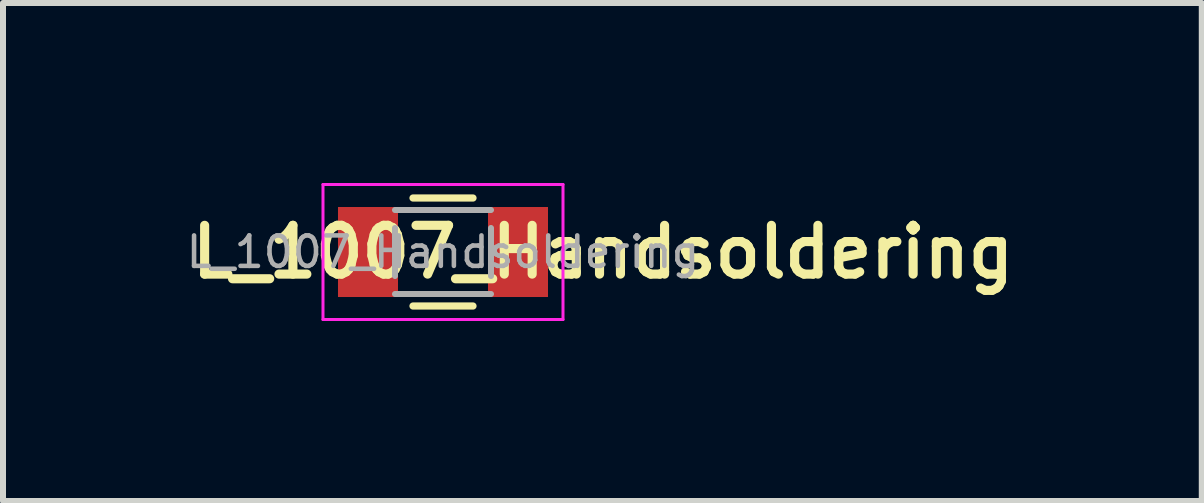
<source format=kicad_pcb>
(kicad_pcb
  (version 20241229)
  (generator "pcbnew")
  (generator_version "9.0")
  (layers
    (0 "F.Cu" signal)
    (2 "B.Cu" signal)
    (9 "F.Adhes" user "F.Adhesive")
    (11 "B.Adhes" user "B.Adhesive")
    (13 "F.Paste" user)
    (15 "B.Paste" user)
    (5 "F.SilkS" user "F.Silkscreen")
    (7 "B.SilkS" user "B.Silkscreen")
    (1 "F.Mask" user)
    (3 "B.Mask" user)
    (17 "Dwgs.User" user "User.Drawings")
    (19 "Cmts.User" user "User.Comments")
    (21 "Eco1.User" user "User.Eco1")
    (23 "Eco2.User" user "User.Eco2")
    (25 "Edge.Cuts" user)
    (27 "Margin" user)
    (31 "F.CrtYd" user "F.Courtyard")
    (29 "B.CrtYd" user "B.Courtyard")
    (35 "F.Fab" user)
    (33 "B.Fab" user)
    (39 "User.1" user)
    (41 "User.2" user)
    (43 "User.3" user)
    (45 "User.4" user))
  (footprint "L_1007_Handsoldering"
    (layer "F.Cu")
    (at 4.333 1.15)
    (property "Reference" "L_1007_Handsoldering" (at 2.667 0 0) (layer "F.SilkS") (effects (font (size 0.813 0.813) (thickness 0.152))))
    (attr smd)
    (fp_line (start -0.5 -0.9) (end 0.5 -0.9) (stroke (width 0.12) (type solid)) (layer "F.SilkS"))
    (fp_line (start 0.5 0.9) (end -0.5 0.9) (stroke (width 0.12) (type solid)) (layer "F.SilkS"))
    (fp_line (start -2 -1.125) (end -2 1.125) (stroke (width 0.05) (type solid)) (layer "F.CrtYd"))
    (fp_line (start -2 -1.125) (end 2 -1.125) (stroke (width 0.05) (type solid)) (layer "F.CrtYd"))
    (fp_line (start 2 1.125) (end -2 1.125) (stroke (width 0.05) (type solid)) (layer "F.CrtYd"))
    (fp_line (start 2 1.125) (end 2 -1.125) (stroke (width 0.05) (type solid)) (layer "F.CrtYd"))
    (fp_line (start -0.8 -0.7) (end 0.8 -0.7) (stroke (width 0.1) (type solid)) (layer "F.Fab"))
    (fp_line (start -0.8 0.4) (end -0.8 -0.4) (stroke (width 0.1) (type solid)) (layer "F.Fab"))
    (fp_line (start 0.8 -0.4) (end 0.8 0.4) (stroke (width 0.1) (type solid)) (layer "F.Fab"))
    (fp_line (start 0.8 0.7) (end -0.8 0.7) (stroke (width 0.1) (type solid)) (layer "F.Fab"))
    (fp_text user "${REFERENCE}" (at 0 0 0) (layer "F.Fab") (effects (font (size 0.508 0.508) (thickness 0.076))))
    (pad "1" smd rect (at -1.25 0) (size 1 1.5) (layers "F.Cu" "F.Mask" "F.Paste"))
    (pad "2" smd rect (at 1.25 0) (size 1 1.5) (layers "F.Cu" "F.Mask" "F.Paste")))
  (gr_rect
    (start -3 -3)
    (end 16.979 5.3)
    (stroke (width 0.1) (type default))
    (fill no)
    (layer "Edge.Cuts")))
</source>
